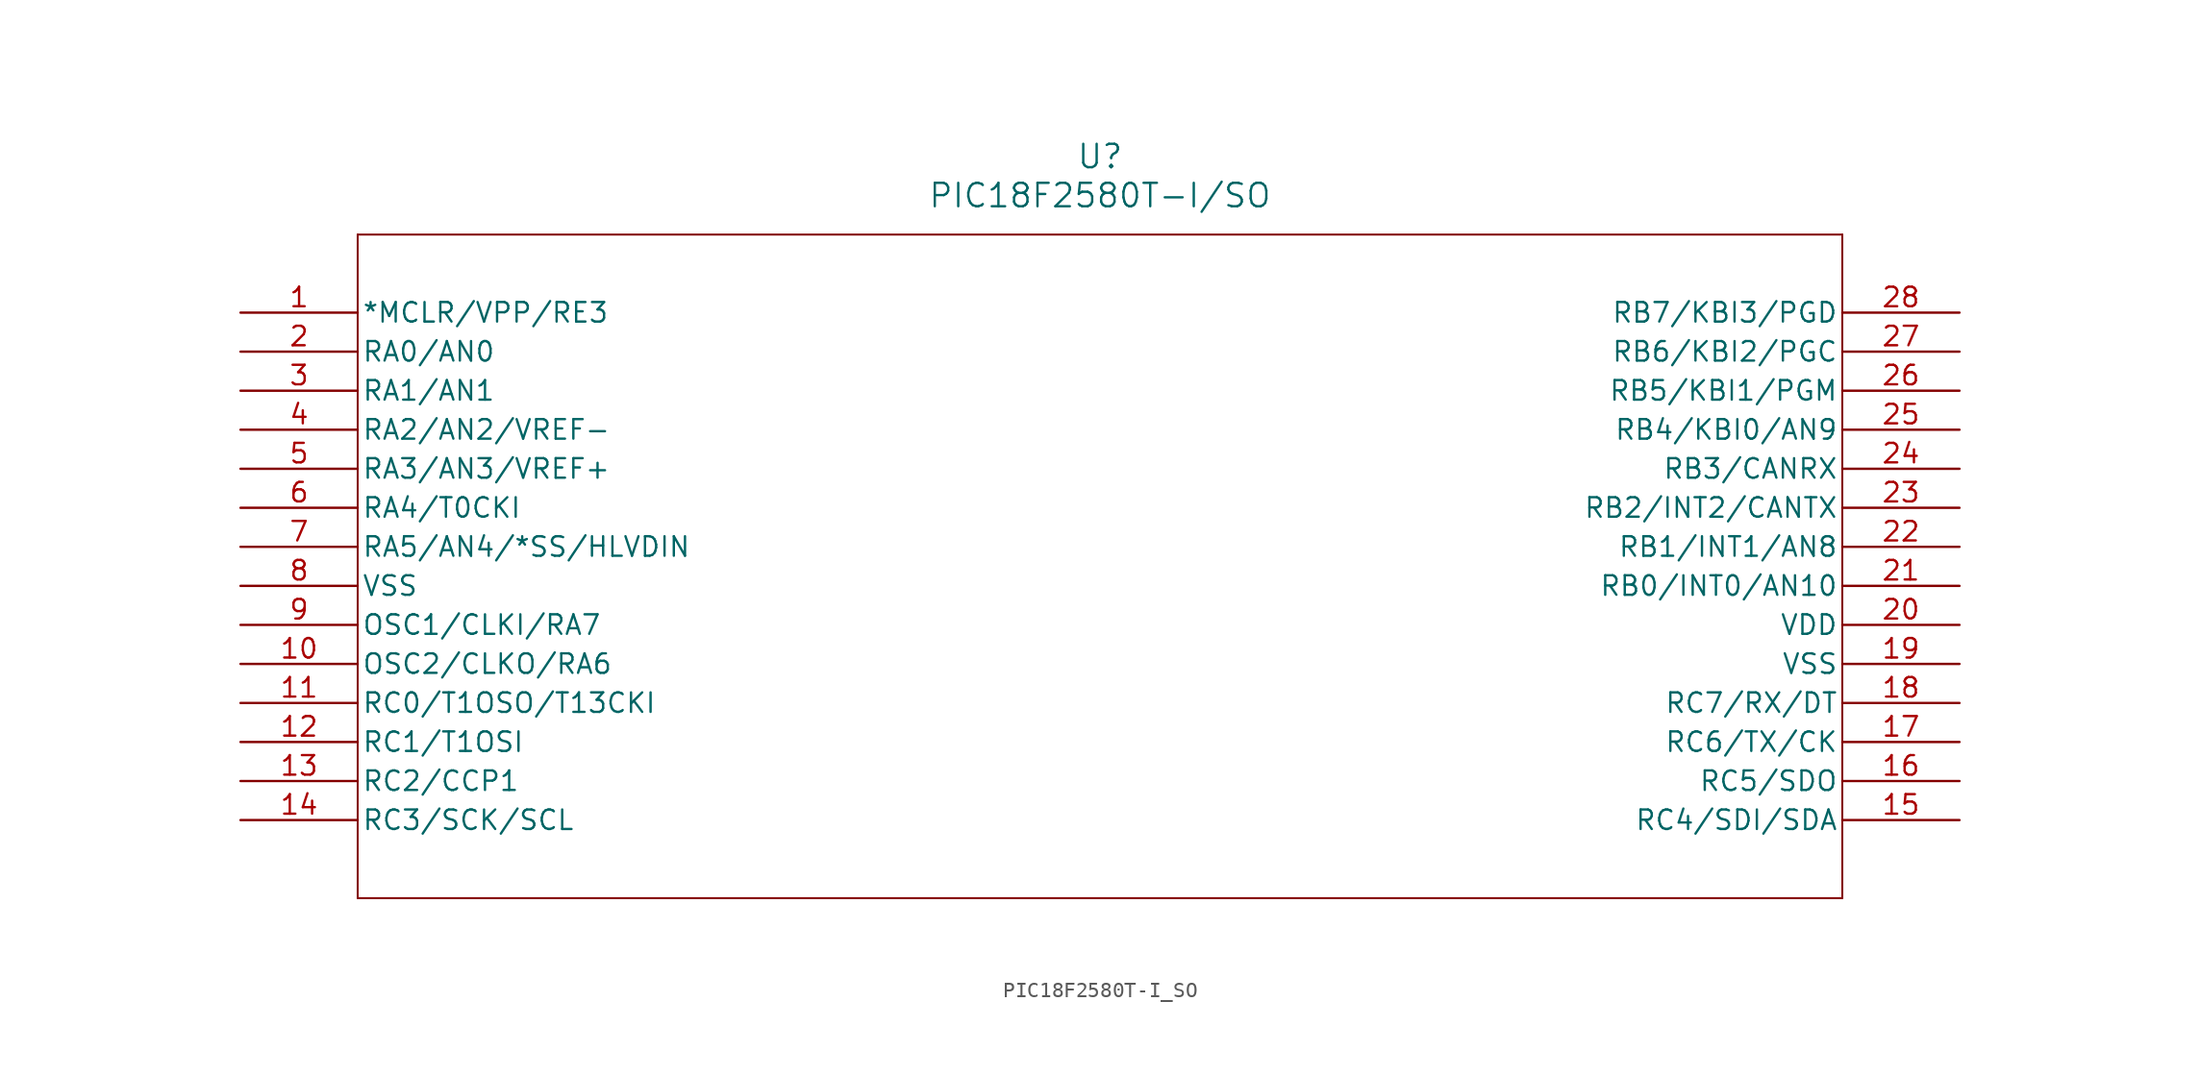
<source format=kicad_sym>
(kicad_symbol_lib
  (version 20211014)
  (generator kicad_symbol_editor)
  (symbol "PIC18F2580T-I_SO"
    (pin_names
      (offset 0.254))
    (property "Reference" "U"
      (at 55.88 10.16 0)
      (effects (font (size 1.524 1.524))))
    (property "Value" "PIC18F2580T-I/SO"
      (at 55.88 7.62 0)
      (effects (font (size 1.524 1.524))))
    (symbol "PIC18F2580T-I_SO_0_1"
      (polyline (pts (xy 7.62 5.08) (xy 7.62 -38.1)) (stroke (width 0.127) (type default) (color 0 0 0 0)) (fill (type none)))
      (polyline (pts (xy 7.62 -38.1) (xy 104.14 -38.1)) (stroke (width 0.127) (type default) (color 0 0 0 0)) (fill (type none)))
      (polyline (pts (xy 104.14 -38.1) (xy 104.14 5.08)) (stroke (width 0.127) (type default) (color 0 0 0 0)) (fill (type none)))
      (polyline (pts (xy 104.14 5.08) (xy 7.62 5.08)) (stroke (width 0.127) (type default) (color 0 0 0 0)) (fill (type none)))
      (pin unspecified line (at 0 0 0) (length 7.62) (name "*MCLR/VPP/RE3" (effects (font (size 1.27 1.27)))) (number "1" (effects (font (size 1.27 1.27)))))
      (pin unspecified line (at 0 -2.54 0) (length 7.62) (name "RA0/AN0" (effects (font (size 1.27 1.27)))) (number "2" (effects (font (size 1.27 1.27)))))
      (pin unspecified line (at 0 -5.08 0) (length 7.62) (name "RA1/AN1" (effects (font (size 1.27 1.27)))) (number "3" (effects (font (size 1.27 1.27)))))
      (pin unspecified line (at 0 -7.62 0) (length 7.62) (name "RA2/AN2/VREF-" (effects (font (size 1.27 1.27)))) (number "4" (effects (font (size 1.27 1.27)))))
      (pin unspecified line (at 0 -10.16 0) (length 7.62) (name "RA3/AN3/VREF+" (effects (font (size 1.27 1.27)))) (number "5" (effects (font (size 1.27 1.27)))))
      (pin unspecified line (at 0 -12.7 0) (length 7.62) (name "RA4/T0CKI" (effects (font (size 1.27 1.27)))) (number "6" (effects (font (size 1.27 1.27)))))
      (pin unspecified line (at 0 -15.24 0) (length 7.62) (name "RA5/AN4/*SS/HLVDIN" (effects (font (size 1.27 1.27)))) (number "7" (effects (font (size 1.27 1.27)))))
      (pin unspecified line (at 0 -17.78 0) (length 7.62) (name "VSS" (effects (font (size 1.27 1.27)))) (number "8" (effects (font (size 1.27 1.27)))))
      (pin unspecified line (at 0 -20.32 0) (length 7.62) (name "OSC1/CLKI/RA7" (effects (font (size 1.27 1.27)))) (number "9" (effects (font (size 1.27 1.27)))))
      (pin unspecified line (at 0 -22.86 0) (length 7.62) (name "OSC2/CLKO/RA6" (effects (font (size 1.27 1.27)))) (number "10" (effects (font (size 1.27 1.27)))))
      (pin unspecified line (at 0 -25.4 0) (length 7.62) (name "RC0/T1OSO/T13CKI" (effects (font (size 1.27 1.27)))) (number "11" (effects (font (size 1.27 1.27)))))
      (pin unspecified line (at 0 -27.94 0) (length 7.62) (name "RC1/T1OSI" (effects (font (size 1.27 1.27)))) (number "12" (effects (font (size 1.27 1.27)))))
      (pin unspecified line (at 0 -30.48 0) (length 7.62) (name "RC2/CCP1" (effects (font (size 1.27 1.27)))) (number "13" (effects (font (size 1.27 1.27)))))
      (pin unspecified line (at 0 -33.02 0) (length 7.62) (name "RC3/SCK/SCL" (effects (font (size 1.27 1.27)))) (number "14" (effects (font (size 1.27 1.27)))))
      (pin unspecified line (at 111.76 -33.02 180) (length 7.62) (name "RC4/SDI/SDA" (effects (font (size 1.27 1.27)))) (number "15" (effects (font (size 1.27 1.27)))))
      (pin unspecified line (at 111.76 -30.48 180) (length 7.62) (name "RC5/SDO" (effects (font (size 1.27 1.27)))) (number "16" (effects (font (size 1.27 1.27)))))
      (pin unspecified line (at 111.76 -27.94 180) (length 7.62) (name "RC6/TX/CK" (effects (font (size 1.27 1.27)))) (number "17" (effects (font (size 1.27 1.27)))))
      (pin unspecified line (at 111.76 -25.4 180) (length 7.62) (name "RC7/RX/DT" (effects (font (size 1.27 1.27)))) (number "18" (effects (font (size 1.27 1.27)))))
      (pin unspecified line (at 111.76 -22.86 180) (length 7.62) (name "VSS" (effects (font (size 1.27 1.27)))) (number "19" (effects (font (size 1.27 1.27)))))
      (pin unspecified line (at 111.76 -20.32 180) (length 7.62) (name "VDD" (effects (font (size 1.27 1.27)))) (number "20" (effects (font (size 1.27 1.27)))))
      (pin unspecified line (at 111.76 -17.78 180) (length 7.62) (name "RB0/INT0/AN10" (effects (font (size 1.27 1.27)))) (number "21" (effects (font (size 1.27 1.27)))))
      (pin unspecified line (at 111.76 -15.24 180) (length 7.62) (name "RB1/INT1/AN8" (effects (font (size 1.27 1.27)))) (number "22" (effects (font (size 1.27 1.27)))))
      (pin unspecified line (at 111.76 -12.7 180) (length 7.62) (name "RB2/INT2/CANTX" (effects (font (size 1.27 1.27)))) (number "23" (effects (font (size 1.27 1.27)))))
      (pin unspecified line (at 111.76 -10.16 180) (length 7.62) (name "RB3/CANRX" (effects (font (size 1.27 1.27)))) (number "24" (effects (font (size 1.27 1.27)))))
      (pin unspecified line (at 111.76 -7.62 180) (length 7.62) (name "RB4/KBI0/AN9" (effects (font (size 1.27 1.27)))) (number "25" (effects (font (size 1.27 1.27)))))
      (pin unspecified line (at 111.76 -5.08 180) (length 7.62) (name "RB5/KBI1/PGM" (effects (font (size 1.27 1.27)))) (number "26" (effects (font (size 1.27 1.27)))))
      (pin unspecified line (at 111.76 -2.54 180) (length 7.62) (name "RB6/KBI2/PGC" (effects (font (size 1.27 1.27)))) (number "27" (effects (font (size 1.27 1.27)))))
      (pin unspecified line (at 111.76 0 180) (length 7.62) (name "RB7/KBI3/PGD" (effects (font (size 1.27 1.27)))) (number "28" (effects (font (size 1.27 1.27))))))))
</source>
